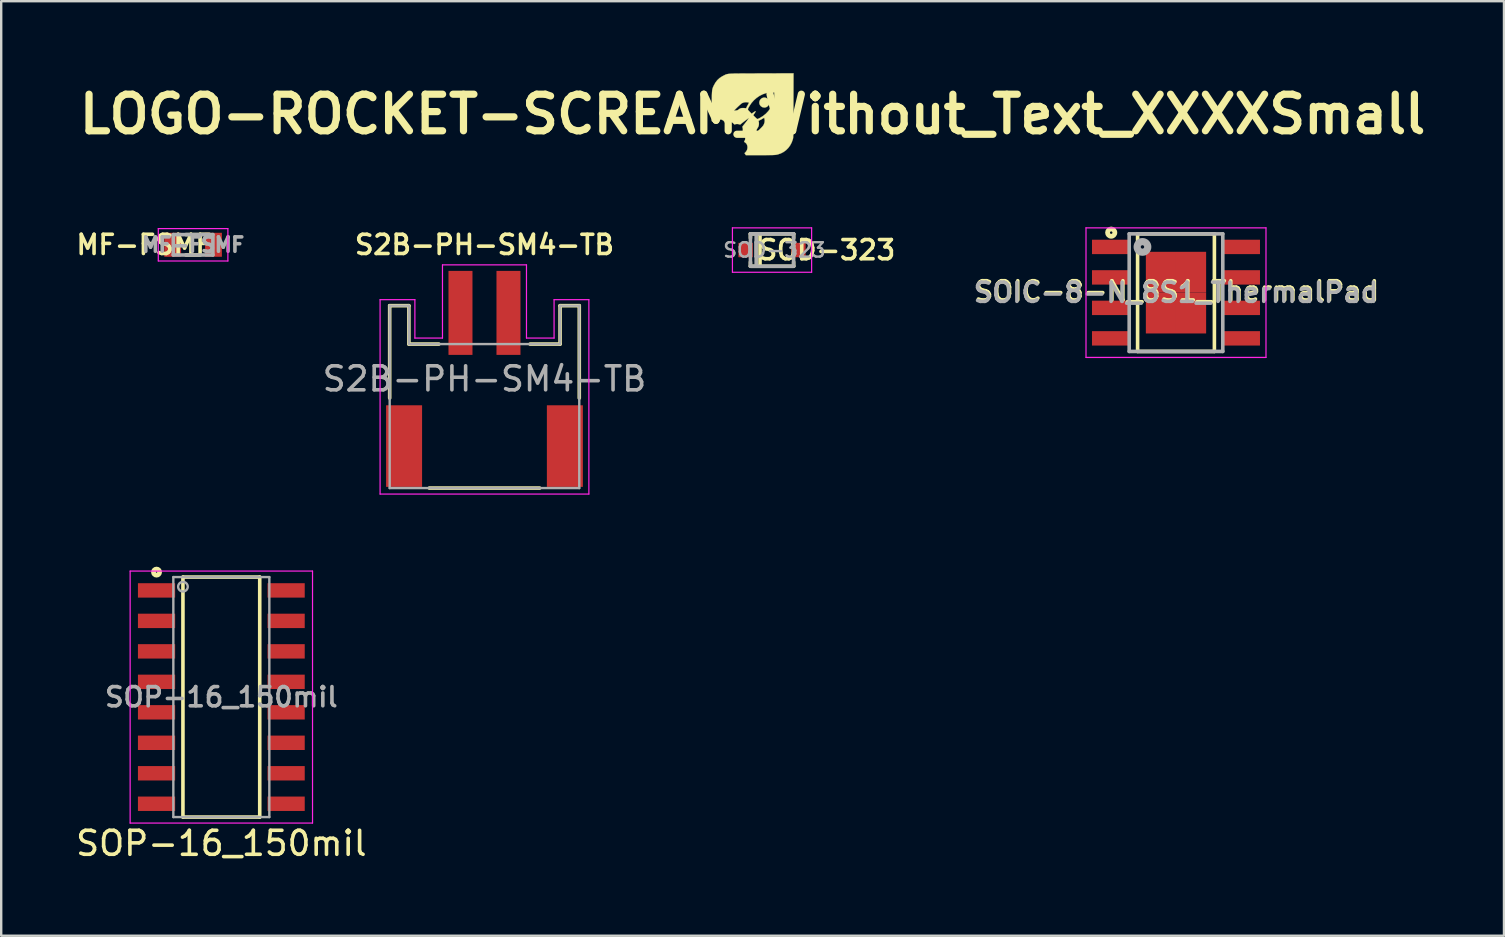
<source format=kicad_pcb>
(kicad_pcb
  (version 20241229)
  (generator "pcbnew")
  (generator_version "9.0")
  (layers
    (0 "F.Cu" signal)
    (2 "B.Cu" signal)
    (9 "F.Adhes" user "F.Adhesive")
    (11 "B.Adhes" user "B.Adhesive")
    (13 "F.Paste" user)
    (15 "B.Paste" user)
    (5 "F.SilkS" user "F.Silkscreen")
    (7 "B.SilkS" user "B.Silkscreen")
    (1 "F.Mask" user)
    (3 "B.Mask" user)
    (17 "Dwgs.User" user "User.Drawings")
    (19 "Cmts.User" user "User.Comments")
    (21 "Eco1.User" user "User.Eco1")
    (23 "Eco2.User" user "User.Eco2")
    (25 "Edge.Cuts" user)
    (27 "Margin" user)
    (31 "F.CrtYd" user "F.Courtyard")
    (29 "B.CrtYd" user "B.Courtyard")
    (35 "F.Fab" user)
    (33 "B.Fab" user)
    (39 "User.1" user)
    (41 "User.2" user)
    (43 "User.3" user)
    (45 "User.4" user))
  (footprint "LOGO-ROCKET-SCREAM_Without_Text_XXXXSmall"
    (layer "F.Cu")
    (at 28.31 1.71)
    (property "Reference" "LOGO-ROCKET-SCREAM_Without_Text_XXXXSmall" (at 0 0 0) (layer "F.SilkS") (effects (font (size 1.524 1.524) (thickness 0.3))))
    (attr smd)
    (fp_poly (pts (xy 0.561 -0.683) (xy 0.615 -0.653) (xy 0.661 -0.605) (xy 0.661 -0.604) (xy 0.679 -0.576) (xy 0.689 -0.551) (xy 0.693 -0.519) (xy 0.693 -0.487) (xy 0.692 -0.445) (xy 0.687 -0.416) (xy 0.675 -0.39) (xy 0.661 -0.37) (xy 0.615 -0.321) (xy 0.56 -0.29) (xy 0.5 -0.278) (xy 0.436 -0.286) (xy 0.394 -0.302) (xy 0.341 -0.339) (xy 0.304 -0.388) (xy 0.283 -0.444) (xy 0.28 -0.503) (xy 0.295 -0.562) (xy 0.328 -0.617) (xy 0.335 -0.624) (xy 0.385 -0.666) (xy 0.442 -0.69) (xy 0.502 -0.695) (xy 0.561 -0.683)) (stroke (width 0.01) (type solid)) (fill yes) (layer "F.SilkS"))
    (fp_poly (pts (xy 1.701 -0.368) (xy 1.701 -0.172) (xy 1.701 0.003) (xy 1.7 0.16) (xy 1.7 0.299) (xy 1.699 0.422) (xy 1.699 0.529) (xy 1.698 0.621) (xy 1.697 0.701) (xy 1.696 0.769) (xy 1.695 0.826) (xy 1.694 0.873) (xy 1.693 0.912) (xy 1.691 0.944) (xy 1.69 0.969) (xy 1.688 0.99) (xy 1.685 1.006) (xy 1.683 1.02) (xy 1.68 1.032) (xy 1.677 1.044) (xy 1.676 1.048) (xy 1.628 1.179) (xy 1.565 1.298) (xy 1.486 1.405) (xy 1.394 1.497) (xy 1.289 1.574) (xy 1.173 1.634) (xy 1.047 1.676) (xy 1.011 1.684) (xy 0.989 1.688) (xy 0.966 1.692) (xy 0.94 1.695) (xy 0.91 1.697) (xy 0.872 1.699) (xy 0.827 1.701) (xy 0.77 1.702) (xy 0.702 1.703) (xy 0.619 1.703) (xy 0.521 1.704) (xy 0.404 1.704) (xy 0.317 1.704) (xy -0.282 1.704) (xy -0.336 1.622) (xy -0.299 1.586) (xy -0.255 1.532) (xy -0.226 1.47) (xy -0.213 1.404) (xy -0.215 1.338) (xy -0.231 1.276) (xy -0.262 1.222) (xy -0.308 1.18) (xy -0.31 1.178) (xy -0.355 1.149) (xy -0.33 1.101) (xy -0.317 1.071) (xy -0.31 1.042) (xy -0.308 1.005) (xy -0.309 0.973) (xy -0.312 0.927) (xy -0.319 0.894) (xy -0.331 0.866) (xy -0.342 0.848) (xy -0.366 0.817) (xy -0.391 0.793) (xy -0.401 0.786) (xy -0.42 0.773) (xy -0.422 0.767) (xy 0.142 0.767) (xy 0.147 0.767) (xy 0.165 0.753) (xy 0.193 0.728) (xy 0.23 0.694) (xy 0.274 0.652) (xy 0.285 0.64) (xy 0.343 0.582) (xy 0.388 0.536) (xy 0.421 0.498) (xy 0.445 0.467) (xy 0.462 0.439) (xy 0.466 0.43) (xy 0.495 0.351) (xy 0.505 0.273) (xy 0.498 0.207) (xy 0.49 0.175) (xy 0.484 0.154) (xy 0.482 0.148) (xy 0.472 0.153) (xy 0.448 0.167) (xy 0.414 0.186) (xy 0.398 0.196) (xy 0.356 0.22) (xy 0.317 0.241) (xy 0.286 0.256) (xy 0.28 0.259) (xy 0.257 0.27) (xy 0.249 0.282) (xy 0.253 0.3) (xy 0.254 0.302) (xy 0.262 0.339) (xy 0.264 0.389) (xy 0.261 0.441) (xy 0.252 0.488) (xy 0.248 0.499) (xy 0.231 0.537) (xy 0.208 0.575) (xy 0.202 0.582) (xy 0.175 0.63) (xy 0.161 0.683) (xy 0.154 0.721) (xy 0.147 0.752) (xy 0.142 0.767) (xy -0.422 0.767) (xy -0.425 0.761) (xy -0.419 0.739) (xy -0.417 0.731) (xy -0.405 0.675) (xy -0.405 0.613) (xy -0.417 0.56) (xy -0.423 0.538) (xy -0.423 0.522) (xy -0.414 0.503) (xy -0.394 0.477) (xy -0.388 0.47) (xy -0.35 0.421) (xy -0.309 0.37) (xy -0.269 0.318) (xy -0.232 0.269) (xy -0.2 0.225) (xy -0.174 0.19) (xy -0.156 0.165) (xy -0.15 0.154) (xy -0.15 0.153) (xy -0.159 0.158) (xy -0.182 0.174) (xy -0.216 0.198) (xy -0.258 0.229) (xy -0.305 0.264) (xy -0.353 0.301) (xy -0.401 0.338) (xy -0.445 0.372) (xy -0.461 0.385) (xy -0.518 0.432) (xy -0.569 0.416) (xy -0.615 0.408) (xy -0.665 0.407) (xy -0.712 0.413) (xy -0.741 0.424) (xy -0.756 0.426) (xy -0.772 0.414) (xy -0.792 0.392) (xy -0.841 0.348) (xy -0.9 0.319) (xy -0.967 0.307) (xy -1.036 0.312) (xy -1.095 0.332) (xy -1.148 0.356) (xy -1.176 0.312) (xy -1.216 0.267) (xy -1.27 0.234) (xy -1.333 0.215) (xy -1.376 0.212) (xy -1.435 0.22) (xy -1.498 0.242) (xy -1.555 0.275) (xy -1.591 0.305) (xy -1.621 0.336) (xy -1.705 0.281) (xy -1.702 -0.147) (xy -0.773 -0.147) (xy -0.764 -0.144) (xy -0.742 -0.148) (xy -0.738 -0.149) (xy -0.701 -0.156) (xy -0.668 -0.159) (xy -0.627 -0.169) (xy -0.594 -0.189) (xy -0.577 -0.201) (xy -0.195 -0.201) (xy -0.187 -0.178) (xy -0.166 -0.151) (xy -0.132 -0.116) (xy -0.121 -0.106) (xy -0.04 -0.023) (xy 0.033 -0.075) (xy 0.079 -0.106) (xy 0.11 -0.123) (xy 0.125 -0.126) (xy 0.126 -0.113) (xy 0.112 -0.085) (xy 0.084 -0.042) (xy 0.079 -0.035) (xy 0.057 -0.002) (xy 0.04 0.024) (xy 0.032 0.039) (xy 0.032 0.04) (xy 0.039 0.052) (xy 0.058 0.074) (xy 0.086 0.102) (xy 0.117 0.132) (xy 0.148 0.161) (xy 0.175 0.184) (xy 0.194 0.199) (xy 0.199 0.201) (xy 0.215 0.196) (xy 0.244 0.184) (xy 0.281 0.166) (xy 0.299 0.157) (xy 0.431 0.076) (xy 0.551 -0.02) (xy 0.656 -0.131) (xy 0.746 -0.254) (xy 0.819 -0.389) (xy 0.873 -0.533) (xy 0.874 -0.537) (xy 0.887 -0.582) (xy 0.895 -0.623) (xy 0.9 -0.667) (xy 0.903 -0.72) (xy 0.904 -0.767) (xy 0.905 -0.905) (xy 0.778 -0.904) (xy 0.706 -0.902) (xy 0.647 -0.897) (xy 0.592 -0.887) (xy 0.561 -0.88) (xy 0.423 -0.832) (xy 0.291 -0.766) (xy 0.168 -0.682) (xy 0.055 -0.583) (xy -0.045 -0.47) (xy -0.13 -0.344) (xy -0.151 -0.307) (xy -0.176 -0.26) (xy -0.191 -0.227) (xy -0.195 -0.201) (xy -0.577 -0.201) (xy -0.546 -0.224) (xy -0.504 -0.245) (xy -0.459 -0.256) (xy -0.404 -0.259) (xy -0.402 -0.259) (xy -0.359 -0.258) (xy -0.321 -0.255) (xy -0.296 -0.252) (xy -0.295 -0.251) (xy -0.274 -0.249) (xy -0.263 -0.259) (xy -0.261 -0.267) (xy -0.253 -0.286) (xy -0.237 -0.318) (xy -0.216 -0.358) (xy -0.201 -0.385) (xy -0.179 -0.424) (xy -0.162 -0.456) (xy -0.152 -0.477) (xy -0.151 -0.483) (xy -0.163 -0.487) (xy -0.189 -0.493) (xy -0.216 -0.498) (xy -0.291 -0.502) (xy -0.37 -0.489) (xy -0.439 -0.463) (xy -0.457 -0.451) (xy -0.485 -0.428) (xy -0.522 -0.396) (xy -0.563 -0.358) (xy -0.608 -0.316) (xy -0.652 -0.274) (xy -0.693 -0.234) (xy -0.728 -0.198) (xy -0.755 -0.17) (xy -0.77 -0.152) (xy -0.773 -0.147) (xy -1.702 -0.147) (xy -1.701 -0.338) (xy -1.7 -0.476) (xy -1.699 -0.594) (xy -1.698 -0.695) (xy -1.697 -0.781) (xy -1.694 -0.853) (xy -1.691 -0.913) (xy -1.687 -0.964) (xy -1.682 -1.006) (xy -1.675 -1.043) (xy -1.667 -1.075) (xy -1.657 -1.105) (xy -1.645 -1.135) (xy -1.63 -1.166) (xy -1.614 -1.201) (xy -1.608 -1.212) (xy -1.543 -1.327) (xy -1.466 -1.425) (xy -1.374 -1.509) (xy -1.267 -1.579) (xy -1.212 -1.608) (xy -1.186 -1.621) (xy -1.163 -1.633) (xy -1.143 -1.643) (xy -1.122 -1.652) (xy -1.101 -1.66) (xy -1.078 -1.667) (xy -1.053 -1.673) (xy -1.023 -1.678) (xy -0.988 -1.683) (xy -0.946 -1.687) (xy -0.897 -1.69) (xy -0.839 -1.692) (xy -0.771 -1.695) (xy -0.691 -1.696) (xy -0.599 -1.697) (xy -0.494 -1.698) (xy -0.374 -1.699) (xy -0.238 -1.7) (xy -0.085 -1.7) (xy 0.086 -1.7) (xy 0.276 -1.701) (xy 0.373 -1.701) (xy 1.705 -1.705) (xy 1.701 -0.368)) (stroke (width 0.01) (type solid)) (fill yes) (layer "F.SilkS")))
  (footprint "SOP-16_150mil"
    (layer "F.Cu")
    (at 6.173 25.997)
    (property "Reference" "SOP-16_150mil" (at 0 6.096 0) (layer "F.SilkS") (effects (font (size 1 1) (thickness 0.15))))
    (attr smd)
    (fp_line (start -1.6 -5) (end -1.6 5) (stroke (width 0.15) (type solid)) (layer "F.SilkS"))
    (fp_line (start -1.6 5) (end 1.6 5) (stroke (width 0.15) (type solid)) (layer "F.SilkS"))
    (fp_line (start 1.6 -5) (end -1.6 -5) (stroke (width 0.15) (type solid)) (layer "F.SilkS"))
    (fp_line (start 1.6 5) (end 1.6 -5) (stroke (width 0.15) (type solid)) (layer "F.SilkS"))
    (fp_circle (center -2.7 -5.207) (end -2.7 -5.08) (stroke (width 0.2) (type solid)) (fill no) (layer "F.SilkS"))
    (fp_line (start -3.8 -5.25) (end -3.8 5.25) (stroke (width 0.05) (type solid)) (layer "F.CrtYd"))
    (fp_line (start -3.8 5.25) (end 3.8 5.25) (stroke (width 0.05) (type solid)) (layer "F.CrtYd"))
    (fp_line (start 3.8 -5.25) (end -3.8 -5.25) (stroke (width 0.05) (type solid)) (layer "F.CrtYd"))
    (fp_line (start 3.8 5.25) (end 3.8 -5.25) (stroke (width 0.05) (type solid)) (layer "F.CrtYd"))
    (fp_line (start -2 -5) (end -2 5) (stroke (width 0.1) (type solid)) (layer "F.Fab"))
    (fp_line (start -2 -5) (end 2 -5) (stroke (width 0.1) (type solid)) (layer "F.Fab"))
    (fp_line (start -2 5) (end 2 5) (stroke (width 0.1) (type solid)) (layer "F.Fab"))
    (fp_line (start 2 -5) (end 2 5) (stroke (width 0.1) (type solid)) (layer "F.Fab"))
    (fp_circle (center -1.6 -4.6) (end -1.6 -4.4) (stroke (width 0.1) (type solid)) (fill no) (layer "F.Fab"))
    (fp_text user "${REFERENCE}" (at 0 0 0) (layer "F.Fab") (effects (font (size 0.8 0.8) (thickness 0.15))))
    (pad "1" smd rect (at -2.7 -4.445) (size 1.55 0.6) (layers "F.Cu" "F.Mask" "F.Paste"))
    (pad "2" smd rect (at -2.7 -3.175) (size 1.55 0.6) (layers "F.Cu" "F.Mask" "F.Paste"))
    (pad "3" smd rect (at -2.7 -1.905) (size 1.55 0.6) (layers "F.Cu" "F.Mask" "F.Paste"))
    (pad "4" smd rect (at -2.7 -0.635) (size 1.55 0.6) (layers "F.Cu" "F.Mask" "F.Paste"))
    (pad "5" smd rect (at -2.7 0.635) (size 1.55 0.6) (layers "F.Cu" "F.Mask" "F.Paste"))
    (pad "6" smd rect (at -2.7 1.905) (size 1.55 0.6) (layers "F.Cu" "F.Mask" "F.Paste"))
    (pad "7" smd rect (at -2.7 3.175) (size 1.55 0.6) (layers "F.Cu" "F.Mask" "F.Paste"))
    (pad "8" smd rect (at -2.7 4.445) (size 1.55 0.6) (layers "F.Cu" "F.Mask" "F.Paste"))
    (pad "9" smd rect (at 2.7 4.445) (size 1.55 0.6) (layers "F.Cu" "F.Mask" "F.Paste"))
    (pad "10" smd rect (at 2.7 3.175) (size 1.55 0.6) (layers "F.Cu" "F.Mask" "F.Paste"))
    (pad "11" smd rect (at 2.7 1.905) (size 1.55 0.6) (layers "F.Cu" "F.Mask" "F.Paste"))
    (pad "12" smd rect (at 2.7 0.635) (size 1.55 0.6) (layers "F.Cu" "F.Mask" "F.Paste"))
    (pad "13" smd rect (at 2.7 -0.635) (size 1.55 0.6) (layers "F.Cu" "F.Mask" "F.Paste"))
    (pad "14" smd rect (at 2.7 -1.905) (size 1.55 0.6) (layers "F.Cu" "F.Mask" "F.Paste"))
    (pad "15" smd rect (at 2.7 -3.175) (size 1.55 0.6) (layers "F.Cu" "F.Mask" "F.Paste"))
    (pad "16" smd rect (at 2.7 -4.445) (size 1.55 0.6) (layers "F.Cu" "F.Mask" "F.Paste")))
  (footprint "S2B-PH-SM4-TB"
    (layer "F.Cu")
    (at 17.138 12.738)
    (property "Reference" "S2B-PH-SM4-TB" (at 0 -5.588 0) (layer "F.SilkS") (effects (font (size 0.8 0.8) (thickness 0.15))))
    (attr smd)
    (fp_line (start -3.95 -3.05) (end -3.95 0.8) (stroke (width 0.15) (type solid)) (layer "F.SilkS"))
    (fp_line (start -3.15 -3.05) (end -3.95 -3.05) (stroke (width 0.15) (type solid)) (layer "F.SilkS"))
    (fp_line (start -3.15 -1.45) (end -3.15 -3.05) (stroke (width 0.15) (type solid)) (layer "F.SilkS"))
    (fp_line (start -3.15 -1.45) (end -1.9 -1.45) (stroke (width 0.15) (type solid)) (layer "F.SilkS"))
    (fp_line (start -2.3 4.55) (end 2.3 4.55) (stroke (width 0.15) (type solid)) (layer "F.SilkS"))
    (fp_line (start 3.15 -3.05) (end 3.95 -3.05) (stroke (width 0.15) (type solid)) (layer "F.SilkS"))
    (fp_line (start 3.15 -1.45) (end 1.9 -1.45) (stroke (width 0.15) (type solid)) (layer "F.SilkS"))
    (fp_line (start 3.15 -1.45) (end 3.15 -3.05) (stroke (width 0.15) (type solid)) (layer "F.SilkS"))
    (fp_line (start 3.95 -3.05) (end 3.95 0.8) (stroke (width 0.15) (type solid)) (layer "F.SilkS"))
    (fp_line (start -4.35 4.8) (end -4.35 -3.3) (stroke (width 0.05) (type solid)) (layer "F.CrtYd"))
    (fp_line (start -4.35 4.8) (end 4.35 4.8) (stroke (width 0.05) (type solid)) (layer "F.CrtYd"))
    (fp_line (start -2.9 -3.3) (end -4.35 -3.3) (stroke (width 0.05) (type solid)) (layer "F.CrtYd"))
    (fp_line (start -2.9 -3.3) (end -2.9 -1.7) (stroke (width 0.05) (type solid)) (layer "F.CrtYd"))
    (fp_line (start -1.75 -4.75) (end 1.75 -4.75) (stroke (width 0.05) (type solid)) (layer "F.CrtYd"))
    (fp_line (start -1.75 -1.7) (end -2.9 -1.7) (stroke (width 0.05) (type solid)) (layer "F.CrtYd"))
    (fp_line (start -1.75 -1.7) (end -1.75 -4.75) (stroke (width 0.05) (type solid)) (layer "F.CrtYd"))
    (fp_line (start 1.75 -1.7) (end 1.75 -4.75) (stroke (width 0.05) (type solid)) (layer "F.CrtYd"))
    (fp_line (start 2.9 -3.3) (end 2.9 -1.7) (stroke (width 0.05) (type solid)) (layer "F.CrtYd"))
    (fp_line (start 2.9 -3.3) (end 4.35 -3.3) (stroke (width 0.05) (type solid)) (layer "F.CrtYd"))
    (fp_line (start 2.9 -1.7) (end 1.75 -1.7) (stroke (width 0.05) (type solid)) (layer "F.CrtYd"))
    (fp_line (start 4.35 -3.3) (end 4.35 4.8) (stroke (width 0.05) (type solid)) (layer "F.CrtYd"))
    (fp_line (start -3.95 4.55) (end -3.95 -3.05) (stroke (width 0.1) (type solid)) (layer "F.Fab"))
    (fp_line (start -3.95 4.55) (end 3.95 4.55) (stroke (width 0.1) (type solid)) (layer "F.Fab"))
    (fp_line (start -3.15 -3.05) (end -3.95 -3.05) (stroke (width 0.1) (type solid)) (layer "F.Fab"))
    (fp_line (start -3.15 -1.45) (end -3.15 -3.05) (stroke (width 0.1) (type solid)) (layer "F.Fab"))
    (fp_line (start -3.15 -1.45) (end 3.15 -1.45) (stroke (width 0.1) (type solid)) (layer "F.Fab"))
    (fp_line (start 3.15 -1.45) (end 3.15 -3.05) (stroke (width 0.1) (type solid)) (layer "F.Fab"))
    (fp_line (start 3.95 -3.05) (end 3.15 -3.05) (stroke (width 0.1) (type solid)) (layer "F.Fab"))
    (fp_line (start 3.95 4.55) (end 3.95 -3.05) (stroke (width 0.1) (type solid)) (layer "F.Fab"))
    (fp_text user "${REFERENCE}" (at 0 0 0) (layer "F.Fab") (effects (font (size 1 1) (thickness 0.15))))
    (pad "1" smd rect (at -1 -2.75) (size 1 3.5) (layers "F.Cu" "F.Mask" "F.Paste"))
    (pad "2" smd rect (at 1 -2.75) (size 1 3.5) (layers "F.Cu" "F.Mask" "F.Paste"))
    (pad "3" smd rect (at -3.35 2.8) (size 1.5 3.4) (layers "F.Cu" "F.Mask" "F.Paste"))
    (pad "4" smd rect (at 3.35 2.8) (size 1.5 3.4) (layers "F.Cu" "F.Mask" "F.Paste")))
  (footprint "MF-FSMF"
    (layer "F.Cu")
    (at 4.996 7.15)
    (property "Reference" "MF-FSMF" (at -2.032 0 0) (layer "F.SilkS") (effects (font (size 0.8 0.8) (thickness 0.15))))
    (attr smd)
    (fp_line (start -0.3 -0.425) (end 0.3 -0.425) (stroke (width 0.15) (type solid)) (layer "F.SilkS"))
    (fp_line (start -0.3 0.425) (end 0.3 0.425) (stroke (width 0.15) (type solid)) (layer "F.SilkS"))
    (fp_line (start -1.45 -0.675) (end 1.45 -0.675) (stroke (width 0.05) (type solid)) (layer "F.CrtYd"))
    (fp_line (start -1.45 0.675) (end -1.45 -0.675) (stroke (width 0.05) (type solid)) (layer "F.CrtYd"))
    (fp_line (start 1.45 -0.675) (end 1.45 0.675) (stroke (width 0.05) (type solid)) (layer "F.CrtYd"))
    (fp_line (start 1.45 0.675) (end -1.45 0.675) (stroke (width 0.05) (type solid)) (layer "F.CrtYd"))
    (fp_line (start -0.825 -0.425) (end -0.825 0.425) (stroke (width 0.15) (type solid)) (layer "F.Fab"))
    (fp_line (start -0.825 -0.425) (end 0.825 -0.425) (stroke (width 0.15) (type solid)) (layer "F.Fab"))
    (fp_line (start -0.825 0.425) (end 0.825 0.425) (stroke (width 0.15) (type solid)) (layer "F.Fab"))
    (fp_line (start 0.825 -0.425) (end 0.825 0.425) (stroke (width 0.15) (type solid)) (layer "F.Fab"))
    (fp_text user "${REFERENCE}" (at 0 0 180) (layer "F.Fab") (effects (font (size 0.6 0.6) (thickness 0.15))))
    (pad "1" smd rect (at -0.85 0) (size 0.7 1) (layers "F.Cu" "F.Mask" "F.Paste"))
    (pad "2" smd rect (at 0.85 0) (size 0.7 1) (layers "F.Cu" "F.Mask" "F.Paste")))
  (footprint "SOIC-8-N_8S1_ThermalPad"
    (layer "F.Cu")
    (at 45.953 9.144)
    (property "Reference" "SOIC-8-N_8S1_ThermalPad" (at 0.035 -0.058 0) (layer "F.SilkS") (effects (font (size 0.8 0.8) (thickness 0.15))))
    (attr smd)
    (fp_line (start -1.6 -2.45) (end -1.6 2.45) (stroke (width 0.15) (type solid)) (layer "F.SilkS"))
    (fp_line (start -1.6 2.45) (end 1.6 2.45) (stroke (width 0.15) (type solid)) (layer "F.SilkS"))
    (fp_line (start 1.6 -2.45) (end -1.6 -2.45) (stroke (width 0.15) (type solid)) (layer "F.SilkS"))
    (fp_line (start 1.6 2.45) (end 1.6 -2.45) (stroke (width 0.15) (type solid)) (layer "F.SilkS"))
    (fp_circle (center -2.7 -2.5) (end -2.648 -2.5) (stroke (width 0.2) (type solid)) (fill no) (layer "F.SilkS"))
    (fp_line (start -3.75 -2.7) (end 3.75 -2.7) (stroke (width 0.05) (type solid)) (layer "F.CrtYd"))
    (fp_line (start -3.75 2.7) (end -3.75 -2.7) (stroke (width 0.05) (type solid)) (layer "F.CrtYd"))
    (fp_line (start 3.75 -2.7) (end 3.75 2.7) (stroke (width 0.05) (type solid)) (layer "F.CrtYd"))
    (fp_line (start 3.75 2.7) (end -3.75 2.7) (stroke (width 0.05) (type solid)) (layer "F.CrtYd"))
    (fp_line (start -1.95 -2.45) (end -1.95 2.45) (stroke (width 0.15) (type solid)) (layer "F.Fab"))
    (fp_line (start 1.95 -2.45) (end -1.95 -2.45) (stroke (width 0.15) (type solid)) (layer "F.Fab"))
    (fp_line (start 1.95 -2.45) (end 1.95 2.45) (stroke (width 0.15) (type solid)) (layer "F.Fab"))
    (fp_line (start 1.95 2.45) (end -1.95 2.45) (stroke (width 0.15) (type solid)) (layer "F.Fab"))
    (fp_circle (center -1.397 -1.905) (end -1.447 -1.955) (stroke (width 0.3) (type solid)) (fill no) (layer "F.Fab"))
    (fp_text user "${REFERENCE}" (at 0 0 0) (layer "F.Fab") (effects (font (size 0.8 0.8) (thickness 0.15))))
    (pad "1" smd rect (at -2.7 -1.905) (size 1.6 0.6) (layers "F.Cu" "F.Mask" "F.Paste"))
    (pad "2" smd rect (at -2.7 -0.635) (size 1.6 0.6) (layers "F.Cu" "F.Mask" "F.Paste"))
    (pad "3" smd rect (at -2.7 0.635) (size 1.6 0.6) (layers "F.Cu" "F.Mask" "F.Paste"))
    (pad "4" smd rect (at -2.7 1.905) (size 1.6 0.6) (layers "F.Cu" "F.Mask" "F.Paste"))
    (pad "5" smd rect (at 2.7 1.905) (size 1.6 0.6) (layers "F.Cu" "F.Mask" "F.Paste"))
    (pad "6" smd rect (at 2.7 0.635) (size 1.6 0.6) (layers "F.Cu" "F.Mask" "F.Paste"))
    (pad "7" smd rect (at 2.7 -0.635) (size 1.6 0.6) (layers "F.Cu" "F.Mask" "F.Paste"))
    (pad "8" smd rect (at 2.7 -1.905) (size 1.6 0.6) (layers "F.Cu" "F.Mask" "F.Paste"))
    (pad "9" smd rect (at -0.628 -0.851) (size 1.256 1.701) (layers "F.Cu" "F.Mask" "F.Paste"))
    (pad "9" smd rect (at -0.628 0.851) (size 1.256 1.701) (layers "F.Cu" "F.Mask" "F.Paste"))
    (pad "9" smd rect (at 0.628 -0.851) (size 1.256 1.701) (layers "F.Cu" "F.Mask" "F.Paste"))
    (pad "9" smd rect (at 0.628 0.851) (size 1.256 1.701) (layers "F.Cu" "F.Mask" "F.Paste")))
  (footprint "SOD-323"
    (layer "F.Cu")
    (at 29.12 7.369)
    (property "Reference" "SOD-323" (at 2.286 0 0) (layer "F.SilkS") (effects (font (size 0.8 0.8) (thickness 0.15))))
    (attr smd)
    (fp_line (start -0.9 -0.675) (end -0.9 -0.5) (stroke (width 0.15) (type solid)) (layer "F.SilkS"))
    (fp_line (start -0.9 -0.675) (end 0.9 -0.675) (stroke (width 0.15) (type solid)) (layer "F.SilkS"))
    (fp_line (start -0.9 0.5) (end -0.9 0.675) (stroke (width 0.15) (type solid)) (layer "F.SilkS"))
    (fp_line (start -0.9 0.675) (end 0.9 0.675) (stroke (width 0.15) (type solid)) (layer "F.SilkS"))
    (fp_line (start -0.5 -0.675) (end -0.5 0.675) (stroke (width 0.15) (type solid)) (layer "F.SilkS"))
    (fp_line (start 0.9 -0.5) (end 0.9 -0.675) (stroke (width 0.15) (type solid)) (layer "F.SilkS"))
    (fp_line (start 0.9 0.675) (end 0.9 0.5) (stroke (width 0.15) (type solid)) (layer "F.SilkS"))
    (fp_line (start -1.65 -0.925) (end -1.65 0.925) (stroke (width 0.05) (type solid)) (layer "F.CrtYd"))
    (fp_line (start -1.65 0.925) (end 1.65 0.925) (stroke (width 0.05) (type solid)) (layer "F.CrtYd"))
    (fp_line (start 1.65 -0.925) (end -1.65 -0.925) (stroke (width 0.05) (type solid)) (layer "F.CrtYd"))
    (fp_line (start 1.65 0.925) (end 1.65 -0.925) (stroke (width 0.05) (type solid)) (layer "F.CrtYd"))
    (fp_line (start -0.9 -0.675) (end -0.9 0.675) (stroke (width 0.15) (type solid)) (layer "F.Fab"))
    (fp_line (start -0.9 -0.675) (end 0.9 -0.675) (stroke (width 0.15) (type solid)) (layer "F.Fab"))
    (fp_line (start -0.9 0.675) (end 0.9 0.675) (stroke (width 0.15) (type solid)) (layer "F.Fab"))
    (fp_line (start -0.66 -0.675) (end -0.66 0.675) (stroke (width 0.15) (type solid)) (layer "F.Fab"))
    (fp_line (start 0.9 0.675) (end 0.9 -0.675) (stroke (width 0.15) (type solid)) (layer "F.Fab"))
    (fp_text user "${REFERENCE}" (at 0.1 0 180) (layer "F.Fab") (effects (font (size 0.6 0.6) (thickness 0.1))))
    (pad "1" smd rect (at -1.1 0) (size 0.6 0.6) (layers "F.Cu" "F.Mask" "F.Paste"))
    (pad "2" smd rect (at 1.1 0) (size 0.6 0.6) (layers "F.Cu" "F.Mask" "F.Paste")))
  (gr_rect
    (start -3 -3)
    (end 59.62 35.941)
    (stroke (width 0.1) (type default))
    (fill no)
    (layer "Edge.Cuts")))
</source>
